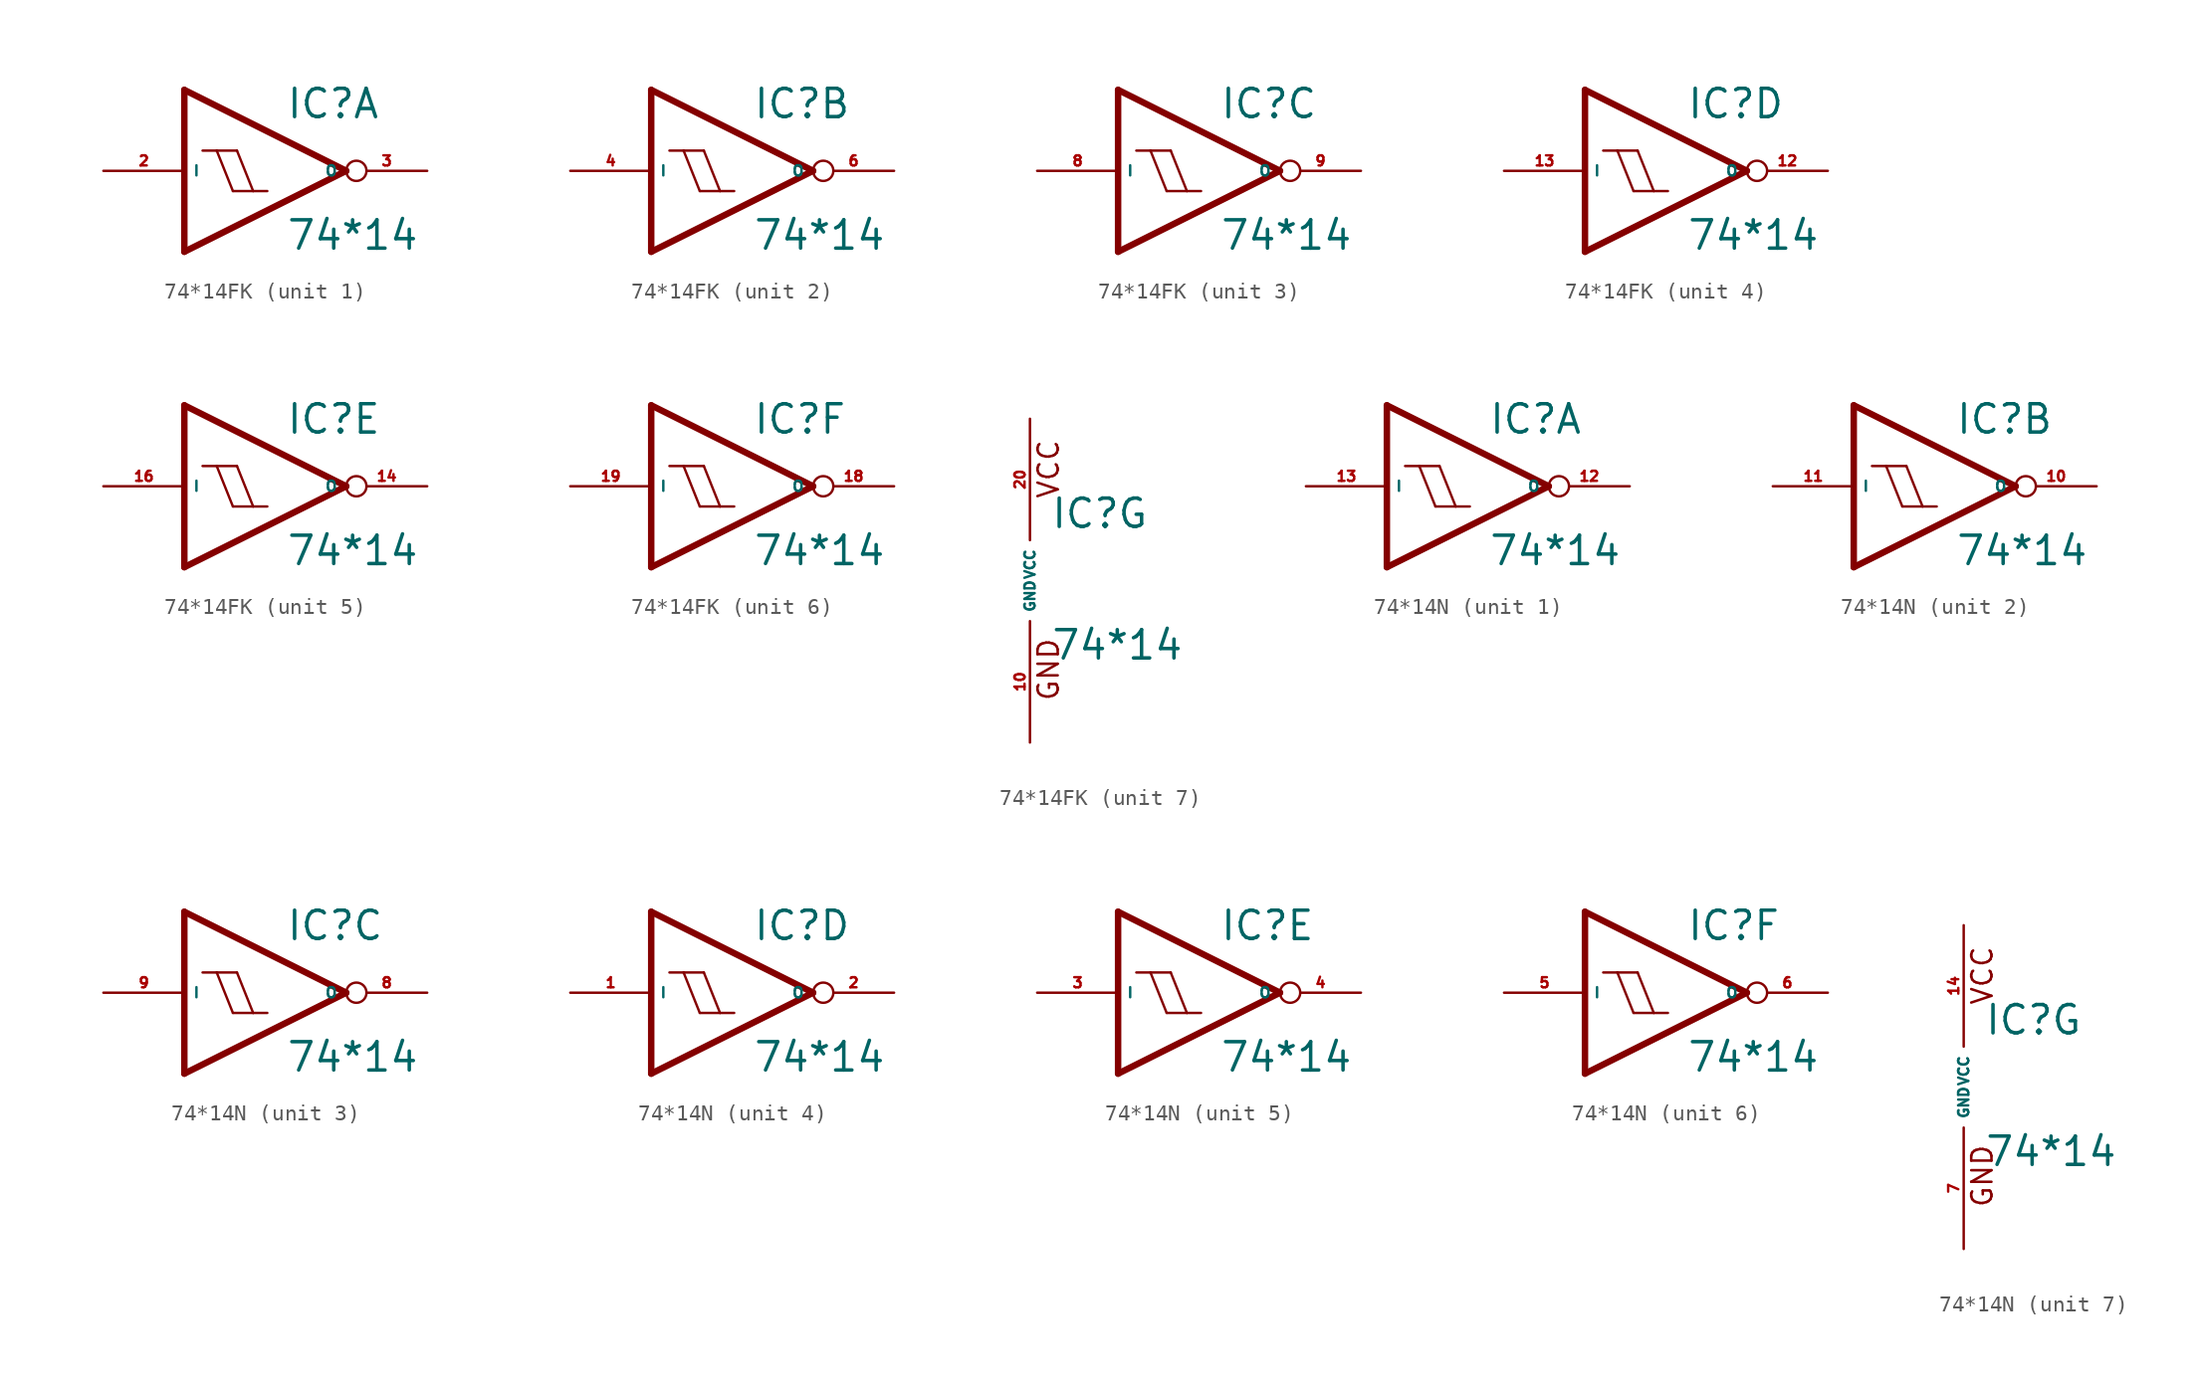
<source format=kicad_sym>
(kicad_symbol_lib
  (version 20220914)
  (generator Eagle2Kicad)
  (symbol "74*14FK"
    (property "Reference" "IC"
      (at 1.27 3.175 0)
      (effects (font (size 1.778 1.778) (thickness 0.22)) (justify left bottom)))
    (property "Value" "74*14"
      (at 1.27 -5.08 0)
      (effects (font (size 1.778 1.778) (thickness 0.22)) (justify left bottom)))
    (symbol "74*14FK_1_0"
      (polyline (pts (xy -5.08 5.08) (xy 5.08 0)) (stroke (width 0.406) (type default)) (fill (type none)))
      (polyline (pts (xy 5.08 0) (xy -5.08 -5.08)) (stroke (width 0.406) (type default)) (fill (type none)))
      (polyline (pts (xy -5.08 -5.08) (xy -5.08 5.08)) (stroke (width 0.406) (type default)) (fill (type none)))
      (polyline (pts (xy -0.762 -1.27) (xy -1.778 1.27)) (stroke (width 0.152) (type default)) (fill (type none)))
      (polyline (pts (xy -2.032 -1.27) (xy -3.048 1.27)) (stroke (width 0.152) (type default)) (fill (type none)))
      (polyline (pts (xy -2.032 -1.27) (xy -0.762 -1.27)) (stroke (width 0.152) (type default)) (fill (type none)))
      (polyline (pts (xy -0.762 -1.27) (xy 0.127 -1.27)) (stroke (width 0.152) (type default)) (fill (type none)))
      (polyline (pts (xy -3.937 1.27) (xy -3.048 1.27)) (stroke (width 0.152) (type default)) (fill (type none)))
      (polyline (pts (xy -3.048 1.27) (xy -1.778 1.27)) (stroke (width 0.152) (type default)) (fill (type none)))
      (pin input line (at -10.16 0 0) (length 5.08) (name "I" (effects (font (size 0.635 0.635) (thickness 0.08)) (justify left bottom))) (number "2" (effects (font (size 0.635 0.635) (thickness 0.08)) (justify left bottom))))
      (pin output inverted (at 10.16 0 180) (length 5.08) (name "O" (effects (font (size 0.635 0.635) (thickness 0.08)) (justify left bottom))) (number "3" (effects (font (size 0.635 0.635) (thickness 0.08)) (justify left bottom)))))
    (symbol "74*14FK_2_0"
      (polyline (pts (xy -5.08 5.08) (xy 5.08 0)) (stroke (width 0.406) (type default)) (fill (type none)))
      (polyline (pts (xy 5.08 0) (xy -5.08 -5.08)) (stroke (width 0.406) (type default)) (fill (type none)))
      (polyline (pts (xy -5.08 -5.08) (xy -5.08 5.08)) (stroke (width 0.406) (type default)) (fill (type none)))
      (polyline (pts (xy -0.762 -1.27) (xy -1.778 1.27)) (stroke (width 0.152) (type default)) (fill (type none)))
      (polyline (pts (xy -2.032 -1.27) (xy -3.048 1.27)) (stroke (width 0.152) (type default)) (fill (type none)))
      (polyline (pts (xy -2.032 -1.27) (xy -0.762 -1.27)) (stroke (width 0.152) (type default)) (fill (type none)))
      (polyline (pts (xy -0.762 -1.27) (xy 0.127 -1.27)) (stroke (width 0.152) (type default)) (fill (type none)))
      (polyline (pts (xy -3.937 1.27) (xy -3.048 1.27)) (stroke (width 0.152) (type default)) (fill (type none)))
      (polyline (pts (xy -3.048 1.27) (xy -1.778 1.27)) (stroke (width 0.152) (type default)) (fill (type none)))
      (pin input line (at -10.16 0 0) (length 5.08) (name "I" (effects (font (size 0.635 0.635) (thickness 0.08)) (justify left bottom))) (number "4" (effects (font (size 0.635 0.635) (thickness 0.08)) (justify left bottom))))
      (pin output inverted (at 10.16 0 180) (length 5.08) (name "O" (effects (font (size 0.635 0.635) (thickness 0.08)) (justify left bottom))) (number "6" (effects (font (size 0.635 0.635) (thickness 0.08)) (justify left bottom)))))
    (symbol "74*14FK_3_0"
      (polyline (pts (xy -5.08 5.08) (xy 5.08 0)) (stroke (width 0.406) (type default)) (fill (type none)))
      (polyline (pts (xy 5.08 0) (xy -5.08 -5.08)) (stroke (width 0.406) (type default)) (fill (type none)))
      (polyline (pts (xy -5.08 -5.08) (xy -5.08 5.08)) (stroke (width 0.406) (type default)) (fill (type none)))
      (polyline (pts (xy -0.762 -1.27) (xy -1.778 1.27)) (stroke (width 0.152) (type default)) (fill (type none)))
      (polyline (pts (xy -2.032 -1.27) (xy -3.048 1.27)) (stroke (width 0.152) (type default)) (fill (type none)))
      (polyline (pts (xy -2.032 -1.27) (xy -0.762 -1.27)) (stroke (width 0.152) (type default)) (fill (type none)))
      (polyline (pts (xy -0.762 -1.27) (xy 0.127 -1.27)) (stroke (width 0.152) (type default)) (fill (type none)))
      (polyline (pts (xy -3.937 1.27) (xy -3.048 1.27)) (stroke (width 0.152) (type default)) (fill (type none)))
      (polyline (pts (xy -3.048 1.27) (xy -1.778 1.27)) (stroke (width 0.152) (type default)) (fill (type none)))
      (pin input line (at -10.16 0 0) (length 5.08) (name "I" (effects (font (size 0.635 0.635) (thickness 0.08)) (justify left bottom))) (number "8" (effects (font (size 0.635 0.635) (thickness 0.08)) (justify left bottom))))
      (pin output inverted (at 10.16 0 180) (length 5.08) (name "O" (effects (font (size 0.635 0.635) (thickness 0.08)) (justify left bottom))) (number "9" (effects (font (size 0.635 0.635) (thickness 0.08)) (justify left bottom)))))
    (symbol "74*14FK_4_0"
      (polyline (pts (xy -5.08 5.08) (xy 5.08 0)) (stroke (width 0.406) (type default)) (fill (type none)))
      (polyline (pts (xy 5.08 0) (xy -5.08 -5.08)) (stroke (width 0.406) (type default)) (fill (type none)))
      (polyline (pts (xy -5.08 -5.08) (xy -5.08 5.08)) (stroke (width 0.406) (type default)) (fill (type none)))
      (polyline (pts (xy -0.762 -1.27) (xy -1.778 1.27)) (stroke (width 0.152) (type default)) (fill (type none)))
      (polyline (pts (xy -2.032 -1.27) (xy -3.048 1.27)) (stroke (width 0.152) (type default)) (fill (type none)))
      (polyline (pts (xy -2.032 -1.27) (xy -0.762 -1.27)) (stroke (width 0.152) (type default)) (fill (type none)))
      (polyline (pts (xy -0.762 -1.27) (xy 0.127 -1.27)) (stroke (width 0.152) (type default)) (fill (type none)))
      (polyline (pts (xy -3.937 1.27) (xy -3.048 1.27)) (stroke (width 0.152) (type default)) (fill (type none)))
      (polyline (pts (xy -3.048 1.27) (xy -1.778 1.27)) (stroke (width 0.152) (type default)) (fill (type none)))
      (pin input line (at -10.16 0 0) (length 5.08) (name "I" (effects (font (size 0.635 0.635) (thickness 0.08)) (justify left bottom))) (number "13" (effects (font (size 0.635 0.635) (thickness 0.08)) (justify left bottom))))
      (pin output inverted (at 10.16 0 180) (length 5.08) (name "O" (effects (font (size 0.635 0.635) (thickness 0.08)) (justify left bottom))) (number "12" (effects (font (size 0.635 0.635) (thickness 0.08)) (justify left bottom)))))
    (symbol "74*14FK_5_0"
      (polyline (pts (xy -5.08 5.08) (xy 5.08 0)) (stroke (width 0.406) (type default)) (fill (type none)))
      (polyline (pts (xy 5.08 0) (xy -5.08 -5.08)) (stroke (width 0.406) (type default)) (fill (type none)))
      (polyline (pts (xy -5.08 -5.08) (xy -5.08 5.08)) (stroke (width 0.406) (type default)) (fill (type none)))
      (polyline (pts (xy -0.762 -1.27) (xy -1.778 1.27)) (stroke (width 0.152) (type default)) (fill (type none)))
      (polyline (pts (xy -2.032 -1.27) (xy -3.048 1.27)) (stroke (width 0.152) (type default)) (fill (type none)))
      (polyline (pts (xy -2.032 -1.27) (xy -0.762 -1.27)) (stroke (width 0.152) (type default)) (fill (type none)))
      (polyline (pts (xy -0.762 -1.27) (xy 0.127 -1.27)) (stroke (width 0.152) (type default)) (fill (type none)))
      (polyline (pts (xy -3.937 1.27) (xy -3.048 1.27)) (stroke (width 0.152) (type default)) (fill (type none)))
      (polyline (pts (xy -3.048 1.27) (xy -1.778 1.27)) (stroke (width 0.152) (type default)) (fill (type none)))
      (pin input line (at -10.16 0 0) (length 5.08) (name "I" (effects (font (size 0.635 0.635) (thickness 0.08)) (justify left bottom))) (number "16" (effects (font (size 0.635 0.635) (thickness 0.08)) (justify left bottom))))
      (pin output inverted (at 10.16 0 180) (length 5.08) (name "O" (effects (font (size 0.635 0.635) (thickness 0.08)) (justify left bottom))) (number "14" (effects (font (size 0.635 0.635) (thickness 0.08)) (justify left bottom)))))
    (symbol "74*14FK_6_0"
      (polyline (pts (xy -5.08 5.08) (xy 5.08 0)) (stroke (width 0.406) (type default)) (fill (type none)))
      (polyline (pts (xy 5.08 0) (xy -5.08 -5.08)) (stroke (width 0.406) (type default)) (fill (type none)))
      (polyline (pts (xy -5.08 -5.08) (xy -5.08 5.08)) (stroke (width 0.406) (type default)) (fill (type none)))
      (polyline (pts (xy -0.762 -1.27) (xy -1.778 1.27)) (stroke (width 0.152) (type default)) (fill (type none)))
      (polyline (pts (xy -2.032 -1.27) (xy -3.048 1.27)) (stroke (width 0.152) (type default)) (fill (type none)))
      (polyline (pts (xy -2.032 -1.27) (xy -0.762 -1.27)) (stroke (width 0.152) (type default)) (fill (type none)))
      (polyline (pts (xy -0.762 -1.27) (xy 0.127 -1.27)) (stroke (width 0.152) (type default)) (fill (type none)))
      (polyline (pts (xy -3.937 1.27) (xy -3.048 1.27)) (stroke (width 0.152) (type default)) (fill (type none)))
      (polyline (pts (xy -3.048 1.27) (xy -1.778 1.27)) (stroke (width 0.152) (type default)) (fill (type none)))
      (pin input line (at -10.16 0 0) (length 5.08) (name "I" (effects (font (size 0.635 0.635) (thickness 0.08)) (justify left bottom))) (number "19" (effects (font (size 0.635 0.635) (thickness 0.08)) (justify left bottom))))
      (pin output inverted (at 10.16 0 180) (length 5.08) (name "O" (effects (font (size 0.635 0.635) (thickness 0.08)) (justify left bottom))) (number "18" (effects (font (size 0.635 0.635) (thickness 0.08)) (justify left bottom)))))
    (symbol "74*14FK_7_0"
      (text "GND" (at 1.905 -7.62 900) (effects (font (size 1.27 1.27) (thickness 0.16)) (justify left bottom)))
      (text "VCC" (at 1.905 5.08 900) (effects (font (size 1.27 1.27) (thickness 0.16)) (justify left bottom)))
      (pin unspecified line (at 0 -10.16 90) (length 7.62) (name "GND" (effects (font (size 0.635 0.635) (thickness 0.08)) (justify left bottom))) (number "10" (effects (font (size 0.635 0.635) (thickness 0.08)) (justify left bottom))))
      (pin unspecified line (at 0 10.16 270) (length 7.62) (name "VCC" (effects (font (size 0.635 0.635) (thickness 0.08)) (justify left bottom))) (number "20" (effects (font (size 0.635 0.635) (thickness 0.08)) (justify left bottom))))))
  (symbol "74*14N"
    (property "Reference" "IC"
      (at 1.27 3.175 0)
      (effects (font (size 1.778 1.778) (thickness 0.22)) (justify left bottom)))
    (property "Value" "74*14"
      (at 1.27 -5.08 0)
      (effects (font (size 1.778 1.778) (thickness 0.22)) (justify left bottom)))
    (symbol "74*14N_1_0"
      (polyline (pts (xy -5.08 5.08) (xy 5.08 0)) (stroke (width 0.406) (type default)) (fill (type none)))
      (polyline (pts (xy 5.08 0) (xy -5.08 -5.08)) (stroke (width 0.406) (type default)) (fill (type none)))
      (polyline (pts (xy -5.08 -5.08) (xy -5.08 5.08)) (stroke (width 0.406) (type default)) (fill (type none)))
      (polyline (pts (xy -0.762 -1.27) (xy -1.778 1.27)) (stroke (width 0.152) (type default)) (fill (type none)))
      (polyline (pts (xy -2.032 -1.27) (xy -3.048 1.27)) (stroke (width 0.152) (type default)) (fill (type none)))
      (polyline (pts (xy -2.032 -1.27) (xy -0.762 -1.27)) (stroke (width 0.152) (type default)) (fill (type none)))
      (polyline (pts (xy -0.762 -1.27) (xy 0.127 -1.27)) (stroke (width 0.152) (type default)) (fill (type none)))
      (polyline (pts (xy -3.937 1.27) (xy -3.048 1.27)) (stroke (width 0.152) (type default)) (fill (type none)))
      (polyline (pts (xy -3.048 1.27) (xy -1.778 1.27)) (stroke (width 0.152) (type default)) (fill (type none)))
      (pin input line (at -10.16 0 0) (length 5.08) (name "I" (effects (font (size 0.635 0.635) (thickness 0.08)) (justify left bottom))) (number "13" (effects (font (size 0.635 0.635) (thickness 0.08)) (justify left bottom))))
      (pin output inverted (at 10.16 0 180) (length 5.08) (name "O" (effects (font (size 0.635 0.635) (thickness 0.08)) (justify left bottom))) (number "12" (effects (font (size 0.635 0.635) (thickness 0.08)) (justify left bottom)))))
    (symbol "74*14N_2_0"
      (polyline (pts (xy -5.08 5.08) (xy 5.08 0)) (stroke (width 0.406) (type default)) (fill (type none)))
      (polyline (pts (xy 5.08 0) (xy -5.08 -5.08)) (stroke (width 0.406) (type default)) (fill (type none)))
      (polyline (pts (xy -5.08 -5.08) (xy -5.08 5.08)) (stroke (width 0.406) (type default)) (fill (type none)))
      (polyline (pts (xy -0.762 -1.27) (xy -1.778 1.27)) (stroke (width 0.152) (type default)) (fill (type none)))
      (polyline (pts (xy -2.032 -1.27) (xy -3.048 1.27)) (stroke (width 0.152) (type default)) (fill (type none)))
      (polyline (pts (xy -2.032 -1.27) (xy -0.762 -1.27)) (stroke (width 0.152) (type default)) (fill (type none)))
      (polyline (pts (xy -0.762 -1.27) (xy 0.127 -1.27)) (stroke (width 0.152) (type default)) (fill (type none)))
      (polyline (pts (xy -3.937 1.27) (xy -3.048 1.27)) (stroke (width 0.152) (type default)) (fill (type none)))
      (polyline (pts (xy -3.048 1.27) (xy -1.778 1.27)) (stroke (width 0.152) (type default)) (fill (type none)))
      (pin input line (at -10.16 0 0) (length 5.08) (name "I" (effects (font (size 0.635 0.635) (thickness 0.08)) (justify left bottom))) (number "11" (effects (font (size 0.635 0.635) (thickness 0.08)) (justify left bottom))))
      (pin output inverted (at 10.16 0 180) (length 5.08) (name "O" (effects (font (size 0.635 0.635) (thickness 0.08)) (justify left bottom))) (number "10" (effects (font (size 0.635 0.635) (thickness 0.08)) (justify left bottom)))))
    (symbol "74*14N_3_0"
      (polyline (pts (xy -5.08 5.08) (xy 5.08 0)) (stroke (width 0.406) (type default)) (fill (type none)))
      (polyline (pts (xy 5.08 0) (xy -5.08 -5.08)) (stroke (width 0.406) (type default)) (fill (type none)))
      (polyline (pts (xy -5.08 -5.08) (xy -5.08 5.08)) (stroke (width 0.406) (type default)) (fill (type none)))
      (polyline (pts (xy -0.762 -1.27) (xy -1.778 1.27)) (stroke (width 0.152) (type default)) (fill (type none)))
      (polyline (pts (xy -2.032 -1.27) (xy -3.048 1.27)) (stroke (width 0.152) (type default)) (fill (type none)))
      (polyline (pts (xy -2.032 -1.27) (xy -0.762 -1.27)) (stroke (width 0.152) (type default)) (fill (type none)))
      (polyline (pts (xy -0.762 -1.27) (xy 0.127 -1.27)) (stroke (width 0.152) (type default)) (fill (type none)))
      (polyline (pts (xy -3.937 1.27) (xy -3.048 1.27)) (stroke (width 0.152) (type default)) (fill (type none)))
      (polyline (pts (xy -3.048 1.27) (xy -1.778 1.27)) (stroke (width 0.152) (type default)) (fill (type none)))
      (pin input line (at -10.16 0 0) (length 5.08) (name "I" (effects (font (size 0.635 0.635) (thickness 0.08)) (justify left bottom))) (number "9" (effects (font (size 0.635 0.635) (thickness 0.08)) (justify left bottom))))
      (pin output inverted (at 10.16 0 180) (length 5.08) (name "O" (effects (font (size 0.635 0.635) (thickness 0.08)) (justify left bottom))) (number "8" (effects (font (size 0.635 0.635) (thickness 0.08)) (justify left bottom)))))
    (symbol "74*14N_4_0"
      (polyline (pts (xy -5.08 5.08) (xy 5.08 0)) (stroke (width 0.406) (type default)) (fill (type none)))
      (polyline (pts (xy 5.08 0) (xy -5.08 -5.08)) (stroke (width 0.406) (type default)) (fill (type none)))
      (polyline (pts (xy -5.08 -5.08) (xy -5.08 5.08)) (stroke (width 0.406) (type default)) (fill (type none)))
      (polyline (pts (xy -0.762 -1.27) (xy -1.778 1.27)) (stroke (width 0.152) (type default)) (fill (type none)))
      (polyline (pts (xy -2.032 -1.27) (xy -3.048 1.27)) (stroke (width 0.152) (type default)) (fill (type none)))
      (polyline (pts (xy -2.032 -1.27) (xy -0.762 -1.27)) (stroke (width 0.152) (type default)) (fill (type none)))
      (polyline (pts (xy -0.762 -1.27) (xy 0.127 -1.27)) (stroke (width 0.152) (type default)) (fill (type none)))
      (polyline (pts (xy -3.937 1.27) (xy -3.048 1.27)) (stroke (width 0.152) (type default)) (fill (type none)))
      (polyline (pts (xy -3.048 1.27) (xy -1.778 1.27)) (stroke (width 0.152) (type default)) (fill (type none)))
      (pin input line (at -10.16 0 0) (length 5.08) (name "I" (effects (font (size 0.635 0.635) (thickness 0.08)) (justify left bottom))) (number "1" (effects (font (size 0.635 0.635) (thickness 0.08)) (justify left bottom))))
      (pin output inverted (at 10.16 0 180) (length 5.08) (name "O" (effects (font (size 0.635 0.635) (thickness 0.08)) (justify left bottom))) (number "2" (effects (font (size 0.635 0.635) (thickness 0.08)) (justify left bottom)))))
    (symbol "74*14N_5_0"
      (polyline (pts (xy -5.08 5.08) (xy 5.08 0)) (stroke (width 0.406) (type default)) (fill (type none)))
      (polyline (pts (xy 5.08 0) (xy -5.08 -5.08)) (stroke (width 0.406) (type default)) (fill (type none)))
      (polyline (pts (xy -5.08 -5.08) (xy -5.08 5.08)) (stroke (width 0.406) (type default)) (fill (type none)))
      (polyline (pts (xy -0.762 -1.27) (xy -1.778 1.27)) (stroke (width 0.152) (type default)) (fill (type none)))
      (polyline (pts (xy -2.032 -1.27) (xy -3.048 1.27)) (stroke (width 0.152) (type default)) (fill (type none)))
      (polyline (pts (xy -2.032 -1.27) (xy -0.762 -1.27)) (stroke (width 0.152) (type default)) (fill (type none)))
      (polyline (pts (xy -0.762 -1.27) (xy 0.127 -1.27)) (stroke (width 0.152) (type default)) (fill (type none)))
      (polyline (pts (xy -3.937 1.27) (xy -3.048 1.27)) (stroke (width 0.152) (type default)) (fill (type none)))
      (polyline (pts (xy -3.048 1.27) (xy -1.778 1.27)) (stroke (width 0.152) (type default)) (fill (type none)))
      (pin input line (at -10.16 0 0) (length 5.08) (name "I" (effects (font (size 0.635 0.635) (thickness 0.08)) (justify left bottom))) (number "3" (effects (font (size 0.635 0.635) (thickness 0.08)) (justify left bottom))))
      (pin output inverted (at 10.16 0 180) (length 5.08) (name "O" (effects (font (size 0.635 0.635) (thickness 0.08)) (justify left bottom))) (number "4" (effects (font (size 0.635 0.635) (thickness 0.08)) (justify left bottom)))))
    (symbol "74*14N_6_0"
      (polyline (pts (xy -5.08 5.08) (xy 5.08 0)) (stroke (width 0.406) (type default)) (fill (type none)))
      (polyline (pts (xy 5.08 0) (xy -5.08 -5.08)) (stroke (width 0.406) (type default)) (fill (type none)))
      (polyline (pts (xy -5.08 -5.08) (xy -5.08 5.08)) (stroke (width 0.406) (type default)) (fill (type none)))
      (polyline (pts (xy -0.762 -1.27) (xy -1.778 1.27)) (stroke (width 0.152) (type default)) (fill (type none)))
      (polyline (pts (xy -2.032 -1.27) (xy -3.048 1.27)) (stroke (width 0.152) (type default)) (fill (type none)))
      (polyline (pts (xy -2.032 -1.27) (xy -0.762 -1.27)) (stroke (width 0.152) (type default)) (fill (type none)))
      (polyline (pts (xy -0.762 -1.27) (xy 0.127 -1.27)) (stroke (width 0.152) (type default)) (fill (type none)))
      (polyline (pts (xy -3.937 1.27) (xy -3.048 1.27)) (stroke (width 0.152) (type default)) (fill (type none)))
      (polyline (pts (xy -3.048 1.27) (xy -1.778 1.27)) (stroke (width 0.152) (type default)) (fill (type none)))
      (pin input line (at -10.16 0 0) (length 5.08) (name "I" (effects (font (size 0.635 0.635) (thickness 0.08)) (justify left bottom))) (number "5" (effects (font (size 0.635 0.635) (thickness 0.08)) (justify left bottom))))
      (pin output inverted (at 10.16 0 180) (length 5.08) (name "O" (effects (font (size 0.635 0.635) (thickness 0.08)) (justify left bottom))) (number "6" (effects (font (size 0.635 0.635) (thickness 0.08)) (justify left bottom)))))
    (symbol "74*14N_7_0"
      (text "GND" (at 1.905 -7.62 900) (effects (font (size 1.27 1.27) (thickness 0.16)) (justify left bottom)))
      (text "VCC" (at 1.905 5.08 900) (effects (font (size 1.27 1.27) (thickness 0.16)) (justify left bottom)))
      (pin unspecified line (at 0 -10.16 90) (length 7.62) (name "GND" (effects (font (size 0.635 0.635) (thickness 0.08)) (justify left bottom))) (number "7" (effects (font (size 0.635 0.635) (thickness 0.08)) (justify left bottom))))
      (pin unspecified line (at 0 10.16 270) (length 7.62) (name "VCC" (effects (font (size 0.635 0.635) (thickness 0.08)) (justify left bottom))) (number "14" (effects (font (size 0.635 0.635) (thickness 0.08)) (justify left bottom)))))))
</source>
